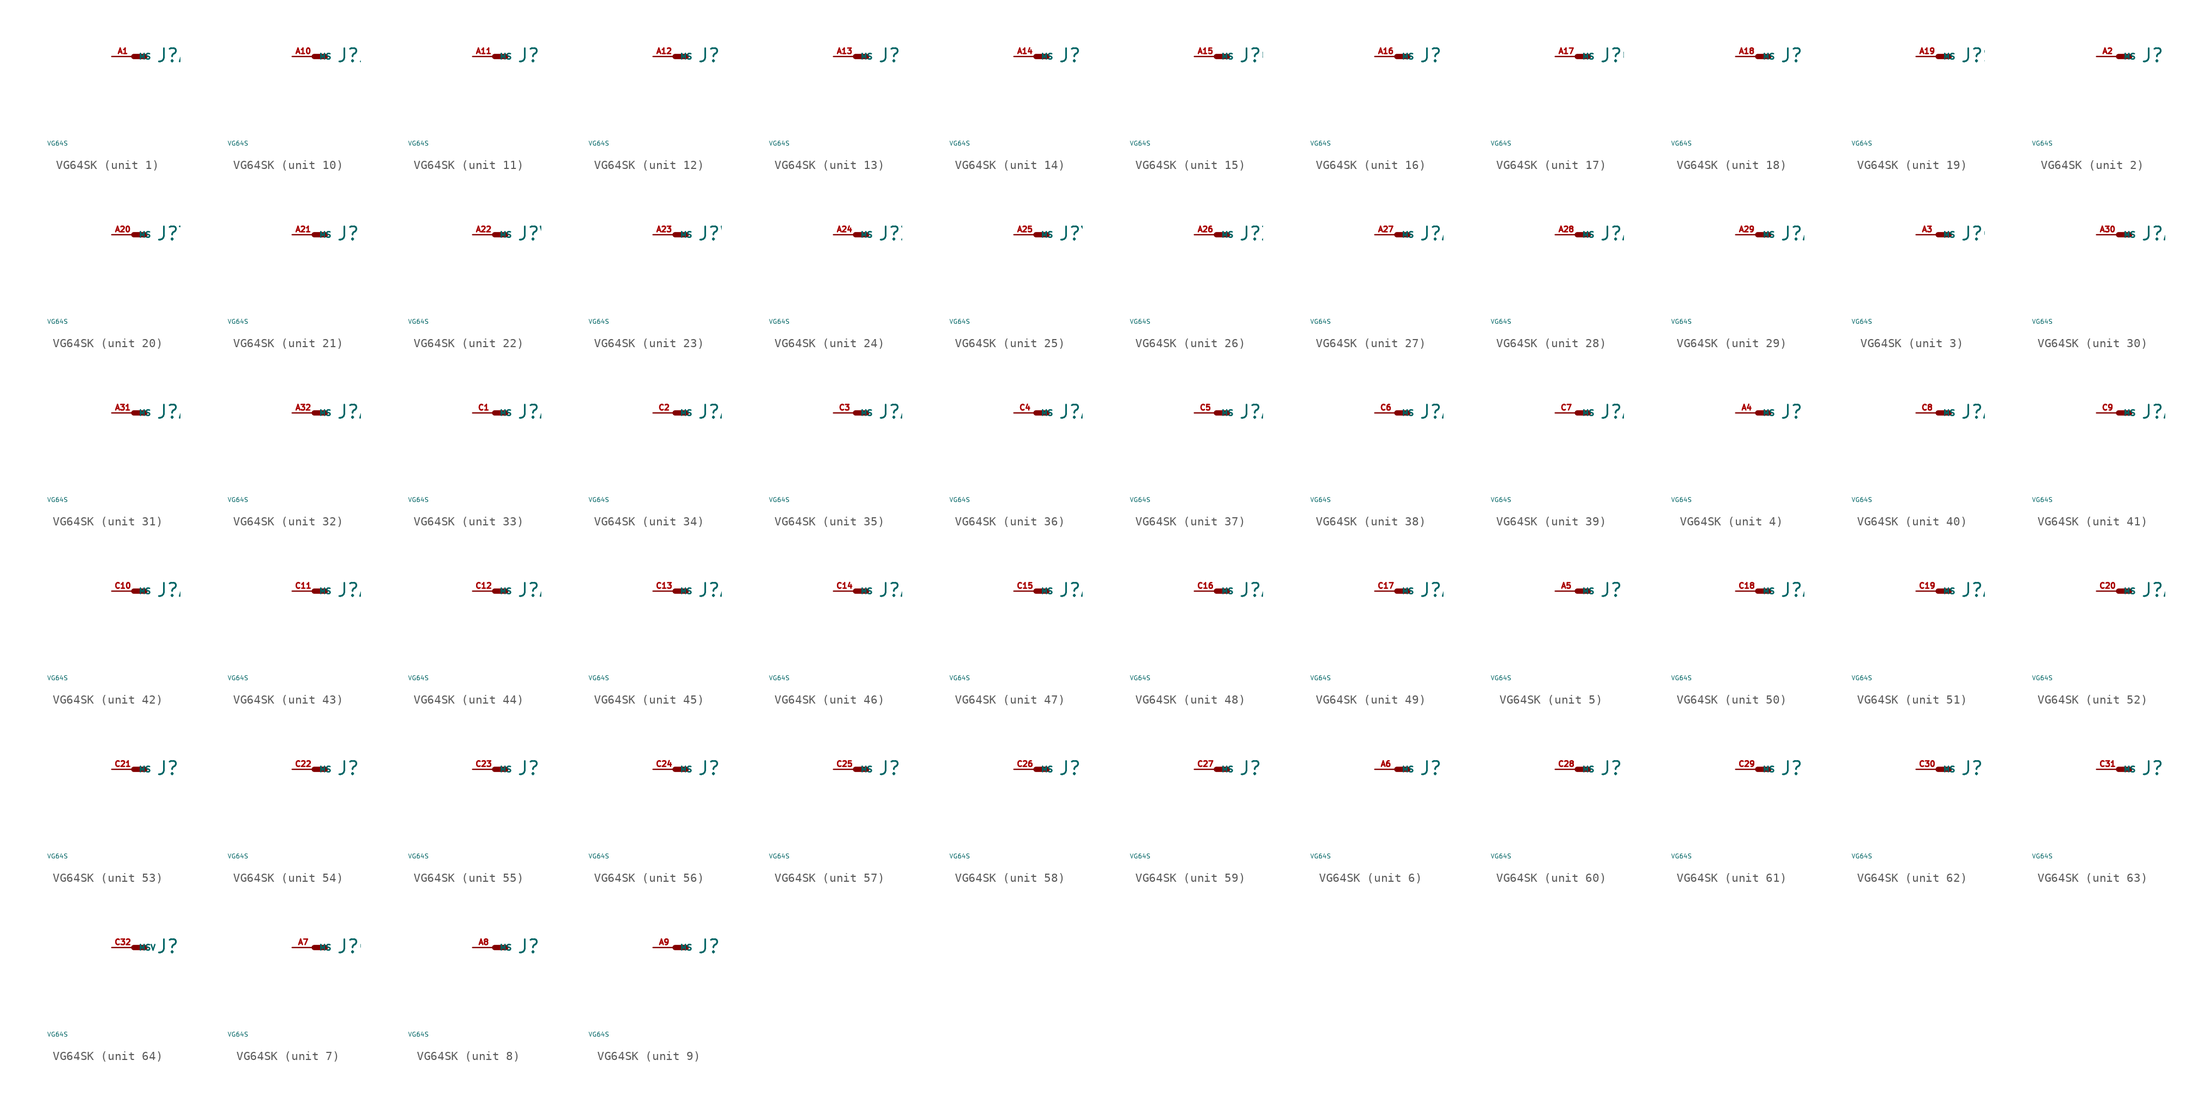
<source format=kicad_sym>
(kicad_symbol_lib
  (version 20220914)
  (generator Eagle2Kicad)
  (symbol "VG64SK"
    (property "Reference" "J"
      (at 2.54 -0.762 0)
      (effects (font (size 1.524 1.524) (thickness 0.19)) (justify left bottom)))
    (property "Value" "VG64S"
      (at -10 -10 0)
      (effects (font (size 0.5 0.5) (thickness 0.06)) (justify left)))
    (symbol "VG64SK_1_0"
      (polyline (pts (xy 0 0) (xy 1.27 0)) (stroke (width 0.61) (type default)) (fill (type none)))
      (pin passive line (at -2.54 0 0) (length 2.54) (name "MS" (effects (font (size 0.635 0.635) (thickness 0.08)) (justify left bottom))) (number "A1" (effects (font (size 0.635 0.635) (thickness 0.08)) (justify left bottom)))))
    (symbol "VG64SK_2_0"
      (polyline (pts (xy 0 0) (xy 1.27 0)) (stroke (width 0.61) (type default)) (fill (type none)))
      (pin passive line (at -2.54 0 0) (length 2.54) (name "MS" (effects (font (size 0.635 0.635) (thickness 0.08)) (justify left bottom))) (number "A2" (effects (font (size 0.635 0.635) (thickness 0.08)) (justify left bottom)))))
    (symbol "VG64SK_3_0"
      (polyline (pts (xy 0 0) (xy 1.27 0)) (stroke (width 0.61) (type default)) (fill (type none)))
      (pin passive line (at -2.54 0 0) (length 2.54) (name "MS" (effects (font (size 0.635 0.635) (thickness 0.08)) (justify left bottom))) (number "A3" (effects (font (size 0.635 0.635) (thickness 0.08)) (justify left bottom)))))
    (symbol "VG64SK_4_0"
      (polyline (pts (xy 0 0) (xy 1.27 0)) (stroke (width 0.61) (type default)) (fill (type none)))
      (pin passive line (at -2.54 0 0) (length 2.54) (name "MS" (effects (font (size 0.635 0.635) (thickness 0.08)) (justify left bottom))) (number "A4" (effects (font (size 0.635 0.635) (thickness 0.08)) (justify left bottom)))))
    (symbol "VG64SK_5_0"
      (polyline (pts (xy 0 0) (xy 1.27 0)) (stroke (width 0.61) (type default)) (fill (type none)))
      (pin passive line (at -2.54 0 0) (length 2.54) (name "MS" (effects (font (size 0.635 0.635) (thickness 0.08)) (justify left bottom))) (number "A5" (effects (font (size 0.635 0.635) (thickness 0.08)) (justify left bottom)))))
    (symbol "VG64SK_6_0"
      (polyline (pts (xy 0 0) (xy 1.27 0)) (stroke (width 0.61) (type default)) (fill (type none)))
      (pin passive line (at -2.54 0 0) (length 2.54) (name "MS" (effects (font (size 0.635 0.635) (thickness 0.08)) (justify left bottom))) (number "A6" (effects (font (size 0.635 0.635) (thickness 0.08)) (justify left bottom)))))
    (symbol "VG64SK_7_0"
      (polyline (pts (xy 0 0) (xy 1.27 0)) (stroke (width 0.61) (type default)) (fill (type none)))
      (pin passive line (at -2.54 0 0) (length 2.54) (name "MS" (effects (font (size 0.635 0.635) (thickness 0.08)) (justify left bottom))) (number "A7" (effects (font (size 0.635 0.635) (thickness 0.08)) (justify left bottom)))))
    (symbol "VG64SK_8_0"
      (polyline (pts (xy 0 0) (xy 1.27 0)) (stroke (width 0.61) (type default)) (fill (type none)))
      (pin passive line (at -2.54 0 0) (length 2.54) (name "MS" (effects (font (size 0.635 0.635) (thickness 0.08)) (justify left bottom))) (number "A8" (effects (font (size 0.635 0.635) (thickness 0.08)) (justify left bottom)))))
    (symbol "VG64SK_9_0"
      (polyline (pts (xy 0 0) (xy 1.27 0)) (stroke (width 0.61) (type default)) (fill (type none)))
      (pin passive line (at -2.54 0 0) (length 2.54) (name "MS" (effects (font (size 0.635 0.635) (thickness 0.08)) (justify left bottom))) (number "A9" (effects (font (size 0.635 0.635) (thickness 0.08)) (justify left bottom)))))
    (symbol "VG64SK_10_0"
      (polyline (pts (xy 0 0) (xy 1.27 0)) (stroke (width 0.61) (type default)) (fill (type none)))
      (pin passive line (at -2.54 0 0) (length 2.54) (name "MS" (effects (font (size 0.635 0.635) (thickness 0.08)) (justify left bottom))) (number "A10" (effects (font (size 0.635 0.635) (thickness 0.08)) (justify left bottom)))))
    (symbol "VG64SK_11_0"
      (polyline (pts (xy 0 0) (xy 1.27 0)) (stroke (width 0.61) (type default)) (fill (type none)))
      (pin passive line (at -2.54 0 0) (length 2.54) (name "MS" (effects (font (size 0.635 0.635) (thickness 0.08)) (justify left bottom))) (number "A11" (effects (font (size 0.635 0.635) (thickness 0.08)) (justify left bottom)))))
    (symbol "VG64SK_12_0"
      (polyline (pts (xy 0 0) (xy 1.27 0)) (stroke (width 0.61) (type default)) (fill (type none)))
      (pin passive line (at -2.54 0 0) (length 2.54) (name "MS" (effects (font (size 0.635 0.635) (thickness 0.08)) (justify left bottom))) (number "A12" (effects (font (size 0.635 0.635) (thickness 0.08)) (justify left bottom)))))
    (symbol "VG64SK_13_0"
      (polyline (pts (xy 0 0) (xy 1.27 0)) (stroke (width 0.61) (type default)) (fill (type none)))
      (pin passive line (at -2.54 0 0) (length 2.54) (name "MS" (effects (font (size 0.635 0.635) (thickness 0.08)) (justify left bottom))) (number "A13" (effects (font (size 0.635 0.635) (thickness 0.08)) (justify left bottom)))))
    (symbol "VG64SK_14_0"
      (polyline (pts (xy 0 0) (xy 1.27 0)) (stroke (width 0.61) (type default)) (fill (type none)))
      (pin passive line (at -2.54 0 0) (length 2.54) (name "MS" (effects (font (size 0.635 0.635) (thickness 0.08)) (justify left bottom))) (number "A14" (effects (font (size 0.635 0.635) (thickness 0.08)) (justify left bottom)))))
    (symbol "VG64SK_15_0"
      (polyline (pts (xy 0 0) (xy 1.27 0)) (stroke (width 0.61) (type default)) (fill (type none)))
      (pin passive line (at -2.54 0 0) (length 2.54) (name "MS" (effects (font (size 0.635 0.635) (thickness 0.08)) (justify left bottom))) (number "A15" (effects (font (size 0.635 0.635) (thickness 0.08)) (justify left bottom)))))
    (symbol "VG64SK_16_0"
      (polyline (pts (xy 0 0) (xy 1.27 0)) (stroke (width 0.61) (type default)) (fill (type none)))
      (pin passive line (at -2.54 0 0) (length 2.54) (name "MS" (effects (font (size 0.635 0.635) (thickness 0.08)) (justify left bottom))) (number "A16" (effects (font (size 0.635 0.635) (thickness 0.08)) (justify left bottom)))))
    (symbol "VG64SK_17_0"
      (polyline (pts (xy 0 0) (xy 1.27 0)) (stroke (width 0.61) (type default)) (fill (type none)))
      (pin passive line (at -2.54 0 0) (length 2.54) (name "MS" (effects (font (size 0.635 0.635) (thickness 0.08)) (justify left bottom))) (number "A17" (effects (font (size 0.635 0.635) (thickness 0.08)) (justify left bottom)))))
    (symbol "VG64SK_18_0"
      (polyline (pts (xy 0 0) (xy 1.27 0)) (stroke (width 0.61) (type default)) (fill (type none)))
      (pin passive line (at -2.54 0 0) (length 2.54) (name "MS" (effects (font (size 0.635 0.635) (thickness 0.08)) (justify left bottom))) (number "A18" (effects (font (size 0.635 0.635) (thickness 0.08)) (justify left bottom)))))
    (symbol "VG64SK_19_0"
      (polyline (pts (xy 0 0) (xy 1.27 0)) (stroke (width 0.61) (type default)) (fill (type none)))
      (pin passive line (at -2.54 0 0) (length 2.54) (name "MS" (effects (font (size 0.635 0.635) (thickness 0.08)) (justify left bottom))) (number "A19" (effects (font (size 0.635 0.635) (thickness 0.08)) (justify left bottom)))))
    (symbol "VG64SK_20_0"
      (polyline (pts (xy 0 0) (xy 1.27 0)) (stroke (width 0.61) (type default)) (fill (type none)))
      (pin passive line (at -2.54 0 0) (length 2.54) (name "MS" (effects (font (size 0.635 0.635) (thickness 0.08)) (justify left bottom))) (number "A20" (effects (font (size 0.635 0.635) (thickness 0.08)) (justify left bottom)))))
    (symbol "VG64SK_21_0"
      (polyline (pts (xy 0 0) (xy 1.27 0)) (stroke (width 0.61) (type default)) (fill (type none)))
      (pin passive line (at -2.54 0 0) (length 2.54) (name "MS" (effects (font (size 0.635 0.635) (thickness 0.08)) (justify left bottom))) (number "A21" (effects (font (size 0.635 0.635) (thickness 0.08)) (justify left bottom)))))
    (symbol "VG64SK_22_0"
      (polyline (pts (xy 0 0) (xy 1.27 0)) (stroke (width 0.61) (type default)) (fill (type none)))
      (pin passive line (at -2.54 0 0) (length 2.54) (name "MS" (effects (font (size 0.635 0.635) (thickness 0.08)) (justify left bottom))) (number "A22" (effects (font (size 0.635 0.635) (thickness 0.08)) (justify left bottom)))))
    (symbol "VG64SK_23_0"
      (polyline (pts (xy 0 0) (xy 1.27 0)) (stroke (width 0.61) (type default)) (fill (type none)))
      (pin passive line (at -2.54 0 0) (length 2.54) (name "MS" (effects (font (size 0.635 0.635) (thickness 0.08)) (justify left bottom))) (number "A23" (effects (font (size 0.635 0.635) (thickness 0.08)) (justify left bottom)))))
    (symbol "VG64SK_24_0"
      (polyline (pts (xy 0 0) (xy 1.27 0)) (stroke (width 0.61) (type default)) (fill (type none)))
      (pin passive line (at -2.54 0 0) (length 2.54) (name "MS" (effects (font (size 0.635 0.635) (thickness 0.08)) (justify left bottom))) (number "A24" (effects (font (size 0.635 0.635) (thickness 0.08)) (justify left bottom)))))
    (symbol "VG64SK_25_0"
      (polyline (pts (xy 0 0) (xy 1.27 0)) (stroke (width 0.61) (type default)) (fill (type none)))
      (pin passive line (at -2.54 0 0) (length 2.54) (name "MS" (effects (font (size 0.635 0.635) (thickness 0.08)) (justify left bottom))) (number "A25" (effects (font (size 0.635 0.635) (thickness 0.08)) (justify left bottom)))))
    (symbol "VG64SK_26_0"
      (polyline (pts (xy 0 0) (xy 1.27 0)) (stroke (width 0.61) (type default)) (fill (type none)))
      (pin passive line (at -2.54 0 0) (length 2.54) (name "MS" (effects (font (size 0.635 0.635) (thickness 0.08)) (justify left bottom))) (number "A26" (effects (font (size 0.635 0.635) (thickness 0.08)) (justify left bottom)))))
    (symbol "VG64SK_27_0"
      (polyline (pts (xy 0 0) (xy 1.27 0)) (stroke (width 0.61) (type default)) (fill (type none)))
      (pin passive line (at -2.54 0 0) (length 2.54) (name "MS" (effects (font (size 0.635 0.635) (thickness 0.08)) (justify left bottom))) (number "A27" (effects (font (size 0.635 0.635) (thickness 0.08)) (justify left bottom)))))
    (symbol "VG64SK_28_0"
      (polyline (pts (xy 0 0) (xy 1.27 0)) (stroke (width 0.61) (type default)) (fill (type none)))
      (pin passive line (at -2.54 0 0) (length 2.54) (name "MS" (effects (font (size 0.635 0.635) (thickness 0.08)) (justify left bottom))) (number "A28" (effects (font (size 0.635 0.635) (thickness 0.08)) (justify left bottom)))))
    (symbol "VG64SK_29_0"
      (polyline (pts (xy 0 0) (xy 1.27 0)) (stroke (width 0.61) (type default)) (fill (type none)))
      (pin passive line (at -2.54 0 0) (length 2.54) (name "MS" (effects (font (size 0.635 0.635) (thickness 0.08)) (justify left bottom))) (number "A29" (effects (font (size 0.635 0.635) (thickness 0.08)) (justify left bottom)))))
    (symbol "VG64SK_30_0"
      (polyline (pts (xy 0 0) (xy 1.27 0)) (stroke (width 0.61) (type default)) (fill (type none)))
      (pin passive line (at -2.54 0 0) (length 2.54) (name "MS" (effects (font (size 0.635 0.635) (thickness 0.08)) (justify left bottom))) (number "A30" (effects (font (size 0.635 0.635) (thickness 0.08)) (justify left bottom)))))
    (symbol "VG64SK_31_0"
      (polyline (pts (xy 0 0) (xy 1.27 0)) (stroke (width 0.61) (type default)) (fill (type none)))
      (pin passive line (at -2.54 0 0) (length 2.54) (name "MS" (effects (font (size 0.635 0.635) (thickness 0.08)) (justify left bottom))) (number "A31" (effects (font (size 0.635 0.635) (thickness 0.08)) (justify left bottom)))))
    (symbol "VG64SK_32_0"
      (polyline (pts (xy 0 0) (xy 1.27 0)) (stroke (width 0.61) (type default)) (fill (type none)))
      (pin passive line (at -2.54 0 0) (length 2.54) (name "MS" (effects (font (size 0.635 0.635) (thickness 0.08)) (justify left bottom))) (number "A32" (effects (font (size 0.635 0.635) (thickness 0.08)) (justify left bottom)))))
    (symbol "VG64SK_33_0"
      (polyline (pts (xy 0 0) (xy 1.27 0)) (stroke (width 0.61) (type default)) (fill (type none)))
      (pin passive line (at -2.54 0 0) (length 2.54) (name "MS" (effects (font (size 0.635 0.635) (thickness 0.08)) (justify left bottom))) (number "C1" (effects (font (size 0.635 0.635) (thickness 0.08)) (justify left bottom)))))
    (symbol "VG64SK_34_0"
      (polyline (pts (xy 0 0) (xy 1.27 0)) (stroke (width 0.61) (type default)) (fill (type none)))
      (pin passive line (at -2.54 0 0) (length 2.54) (name "MS" (effects (font (size 0.635 0.635) (thickness 0.08)) (justify left bottom))) (number "C2" (effects (font (size 0.635 0.635) (thickness 0.08)) (justify left bottom)))))
    (symbol "VG64SK_35_0"
      (polyline (pts (xy 0 0) (xy 1.27 0)) (stroke (width 0.61) (type default)) (fill (type none)))
      (pin passive line (at -2.54 0 0) (length 2.54) (name "MS" (effects (font (size 0.635 0.635) (thickness 0.08)) (justify left bottom))) (number "C3" (effects (font (size 0.635 0.635) (thickness 0.08)) (justify left bottom)))))
    (symbol "VG64SK_36_0"
      (polyline (pts (xy 0 0) (xy 1.27 0)) (stroke (width 0.61) (type default)) (fill (type none)))
      (pin passive line (at -2.54 0 0) (length 2.54) (name "MS" (effects (font (size 0.635 0.635) (thickness 0.08)) (justify left bottom))) (number "C4" (effects (font (size 0.635 0.635) (thickness 0.08)) (justify left bottom)))))
    (symbol "VG64SK_37_0"
      (polyline (pts (xy 0 0) (xy 1.27 0)) (stroke (width 0.61) (type default)) (fill (type none)))
      (pin passive line (at -2.54 0 0) (length 2.54) (name "MS" (effects (font (size 0.635 0.635) (thickness 0.08)) (justify left bottom))) (number "C5" (effects (font (size 0.635 0.635) (thickness 0.08)) (justify left bottom)))))
    (symbol "VG64SK_38_0"
      (polyline (pts (xy 0 0) (xy 1.27 0)) (stroke (width 0.61) (type default)) (fill (type none)))
      (pin passive line (at -2.54 0 0) (length 2.54) (name "MS" (effects (font (size 0.635 0.635) (thickness 0.08)) (justify left bottom))) (number "C6" (effects (font (size 0.635 0.635) (thickness 0.08)) (justify left bottom)))))
    (symbol "VG64SK_39_0"
      (polyline (pts (xy 0 0) (xy 1.27 0)) (stroke (width 0.61) (type default)) (fill (type none)))
      (pin passive line (at -2.54 0 0) (length 2.54) (name "MS" (effects (font (size 0.635 0.635) (thickness 0.08)) (justify left bottom))) (number "C7" (effects (font (size 0.635 0.635) (thickness 0.08)) (justify left bottom)))))
    (symbol "VG64SK_40_0"
      (polyline (pts (xy 0 0) (xy 1.27 0)) (stroke (width 0.61) (type default)) (fill (type none)))
      (pin passive line (at -2.54 0 0) (length 2.54) (name "MS" (effects (font (size 0.635 0.635) (thickness 0.08)) (justify left bottom))) (number "C8" (effects (font (size 0.635 0.635) (thickness 0.08)) (justify left bottom)))))
    (symbol "VG64SK_41_0"
      (polyline (pts (xy 0 0) (xy 1.27 0)) (stroke (width 0.61) (type default)) (fill (type none)))
      (pin passive line (at -2.54 0 0) (length 2.54) (name "MS" (effects (font (size 0.635 0.635) (thickness 0.08)) (justify left bottom))) (number "C9" (effects (font (size 0.635 0.635) (thickness 0.08)) (justify left bottom)))))
    (symbol "VG64SK_42_0"
      (polyline (pts (xy 0 0) (xy 1.27 0)) (stroke (width 0.61) (type default)) (fill (type none)))
      (pin passive line (at -2.54 0 0) (length 2.54) (name "MS" (effects (font (size 0.635 0.635) (thickness 0.08)) (justify left bottom))) (number "C10" (effects (font (size 0.635 0.635) (thickness 0.08)) (justify left bottom)))))
    (symbol "VG64SK_43_0"
      (polyline (pts (xy 0 0) (xy 1.27 0)) (stroke (width 0.61) (type default)) (fill (type none)))
      (pin passive line (at -2.54 0 0) (length 2.54) (name "MS" (effects (font (size 0.635 0.635) (thickness 0.08)) (justify left bottom))) (number "C11" (effects (font (size 0.635 0.635) (thickness 0.08)) (justify left bottom)))))
    (symbol "VG64SK_44_0"
      (polyline (pts (xy 0 0) (xy 1.27 0)) (stroke (width 0.61) (type default)) (fill (type none)))
      (pin passive line (at -2.54 0 0) (length 2.54) (name "MS" (effects (font (size 0.635 0.635) (thickness 0.08)) (justify left bottom))) (number "C12" (effects (font (size 0.635 0.635) (thickness 0.08)) (justify left bottom)))))
    (symbol "VG64SK_45_0"
      (polyline (pts (xy 0 0) (xy 1.27 0)) (stroke (width 0.61) (type default)) (fill (type none)))
      (pin passive line (at -2.54 0 0) (length 2.54) (name "MS" (effects (font (size 0.635 0.635) (thickness 0.08)) (justify left bottom))) (number "C13" (effects (font (size 0.635 0.635) (thickness 0.08)) (justify left bottom)))))
    (symbol "VG64SK_46_0"
      (polyline (pts (xy 0 0) (xy 1.27 0)) (stroke (width 0.61) (type default)) (fill (type none)))
      (pin passive line (at -2.54 0 0) (length 2.54) (name "MS" (effects (font (size 0.635 0.635) (thickness 0.08)) (justify left bottom))) (number "C14" (effects (font (size 0.635 0.635) (thickness 0.08)) (justify left bottom)))))
    (symbol "VG64SK_47_0"
      (polyline (pts (xy 0 0) (xy 1.27 0)) (stroke (width 0.61) (type default)) (fill (type none)))
      (pin passive line (at -2.54 0 0) (length 2.54) (name "MS" (effects (font (size 0.635 0.635) (thickness 0.08)) (justify left bottom))) (number "C15" (effects (font (size 0.635 0.635) (thickness 0.08)) (justify left bottom)))))
    (symbol "VG64SK_48_0"
      (polyline (pts (xy 0 0) (xy 1.27 0)) (stroke (width 0.61) (type default)) (fill (type none)))
      (pin passive line (at -2.54 0 0) (length 2.54) (name "MS" (effects (font (size 0.635 0.635) (thickness 0.08)) (justify left bottom))) (number "C16" (effects (font (size 0.635 0.635) (thickness 0.08)) (justify left bottom)))))
    (symbol "VG64SK_49_0"
      (polyline (pts (xy 0 0) (xy 1.27 0)) (stroke (width 0.61) (type default)) (fill (type none)))
      (pin passive line (at -2.54 0 0) (length 2.54) (name "MS" (effects (font (size 0.635 0.635) (thickness 0.08)) (justify left bottom))) (number "C17" (effects (font (size 0.635 0.635) (thickness 0.08)) (justify left bottom)))))
    (symbol "VG64SK_50_0"
      (polyline (pts (xy 0 0) (xy 1.27 0)) (stroke (width 0.61) (type default)) (fill (type none)))
      (pin passive line (at -2.54 0 0) (length 2.54) (name "MS" (effects (font (size 0.635 0.635) (thickness 0.08)) (justify left bottom))) (number "C18" (effects (font (size 0.635 0.635) (thickness 0.08)) (justify left bottom)))))
    (symbol "VG64SK_51_0"
      (polyline (pts (xy 0 0) (xy 1.27 0)) (stroke (width 0.61) (type default)) (fill (type none)))
      (pin passive line (at -2.54 0 0) (length 2.54) (name "MS" (effects (font (size 0.635 0.635) (thickness 0.08)) (justify left bottom))) (number "C19" (effects (font (size 0.635 0.635) (thickness 0.08)) (justify left bottom)))))
    (symbol "VG64SK_52_0"
      (polyline (pts (xy 0 0) (xy 1.27 0)) (stroke (width 0.61) (type default)) (fill (type none)))
      (pin passive line (at -2.54 0 0) (length 2.54) (name "MS" (effects (font (size 0.635 0.635) (thickness 0.08)) (justify left bottom))) (number "C20" (effects (font (size 0.635 0.635) (thickness 0.08)) (justify left bottom)))))
    (symbol "VG64SK_53_0"
      (polyline (pts (xy 0 0) (xy 1.27 0)) (stroke (width 0.61) (type default)) (fill (type none)))
      (pin passive line (at -2.54 0 0) (length 2.54) (name "MS" (effects (font (size 0.635 0.635) (thickness 0.08)) (justify left bottom))) (number "C21" (effects (font (size 0.635 0.635) (thickness 0.08)) (justify left bottom)))))
    (symbol "VG64SK_54_0"
      (polyline (pts (xy 0 0) (xy 1.27 0)) (stroke (width 0.61) (type default)) (fill (type none)))
      (pin passive line (at -2.54 0 0) (length 2.54) (name "MS" (effects (font (size 0.635 0.635) (thickness 0.08)) (justify left bottom))) (number "C22" (effects (font (size 0.635 0.635) (thickness 0.08)) (justify left bottom)))))
    (symbol "VG64SK_55_0"
      (polyline (pts (xy 0 0) (xy 1.27 0)) (stroke (width 0.61) (type default)) (fill (type none)))
      (pin passive line (at -2.54 0 0) (length 2.54) (name "MS" (effects (font (size 0.635 0.635) (thickness 0.08)) (justify left bottom))) (number "C23" (effects (font (size 0.635 0.635) (thickness 0.08)) (justify left bottom)))))
    (symbol "VG64SK_56_0"
      (polyline (pts (xy 0 0) (xy 1.27 0)) (stroke (width 0.61) (type default)) (fill (type none)))
      (pin passive line (at -2.54 0 0) (length 2.54) (name "MS" (effects (font (size 0.635 0.635) (thickness 0.08)) (justify left bottom))) (number "C24" (effects (font (size 0.635 0.635) (thickness 0.08)) (justify left bottom)))))
    (symbol "VG64SK_57_0"
      (polyline (pts (xy 0 0) (xy 1.27 0)) (stroke (width 0.61) (type default)) (fill (type none)))
      (pin passive line (at -2.54 0 0) (length 2.54) (name "MS" (effects (font (size 0.635 0.635) (thickness 0.08)) (justify left bottom))) (number "C25" (effects (font (size 0.635 0.635) (thickness 0.08)) (justify left bottom)))))
    (symbol "VG64SK_58_0"
      (polyline (pts (xy 0 0) (xy 1.27 0)) (stroke (width 0.61) (type default)) (fill (type none)))
      (pin passive line (at -2.54 0 0) (length 2.54) (name "MS" (effects (font (size 0.635 0.635) (thickness 0.08)) (justify left bottom))) (number "C26" (effects (font (size 0.635 0.635) (thickness 0.08)) (justify left bottom)))))
    (symbol "VG64SK_59_0"
      (polyline (pts (xy 0 0) (xy 1.27 0)) (stroke (width 0.61) (type default)) (fill (type none)))
      (pin passive line (at -2.54 0 0) (length 2.54) (name "MS" (effects (font (size 0.635 0.635) (thickness 0.08)) (justify left bottom))) (number "C27" (effects (font (size 0.635 0.635) (thickness 0.08)) (justify left bottom)))))
    (symbol "VG64SK_60_0"
      (polyline (pts (xy 0 0) (xy 1.27 0)) (stroke (width 0.61) (type default)) (fill (type none)))
      (pin passive line (at -2.54 0 0) (length 2.54) (name "MS" (effects (font (size 0.635 0.635) (thickness 0.08)) (justify left bottom))) (number "C28" (effects (font (size 0.635 0.635) (thickness 0.08)) (justify left bottom)))))
    (symbol "VG64SK_61_0"
      (polyline (pts (xy 0 0) (xy 1.27 0)) (stroke (width 0.61) (type default)) (fill (type none)))
      (pin passive line (at -2.54 0 0) (length 2.54) (name "MS" (effects (font (size 0.635 0.635) (thickness 0.08)) (justify left bottom))) (number "C29" (effects (font (size 0.635 0.635) (thickness 0.08)) (justify left bottom)))))
    (symbol "VG64SK_62_0"
      (polyline (pts (xy 0 0) (xy 1.27 0)) (stroke (width 0.61) (type default)) (fill (type none)))
      (pin passive line (at -2.54 0 0) (length 2.54) (name "MS" (effects (font (size 0.635 0.635) (thickness 0.08)) (justify left bottom))) (number "C30" (effects (font (size 0.635 0.635) (thickness 0.08)) (justify left bottom)))))
    (symbol "VG64SK_63_0"
      (polyline (pts (xy 0 0) (xy 1.27 0)) (stroke (width 0.61) (type default)) (fill (type none)))
      (pin passive line (at -2.54 0 0) (length 2.54) (name "MS" (effects (font (size 0.635 0.635) (thickness 0.08)) (justify left bottom))) (number "C31" (effects (font (size 0.635 0.635) (thickness 0.08)) (justify left bottom)))))
    (symbol "VG64SK_64_0"
      (polyline (pts (xy 0 0) (xy 1.27 0)) (stroke (width 0.61) (type default)) (fill (type none)))
      (pin passive line (at -2.54 0 0) (length 2.54) (name "MSV" (effects (font (size 0.635 0.635) (thickness 0.08)) (justify left bottom))) (number "C32" (effects (font (size 0.635 0.635) (thickness 0.08)) (justify left bottom)))))))
</source>
